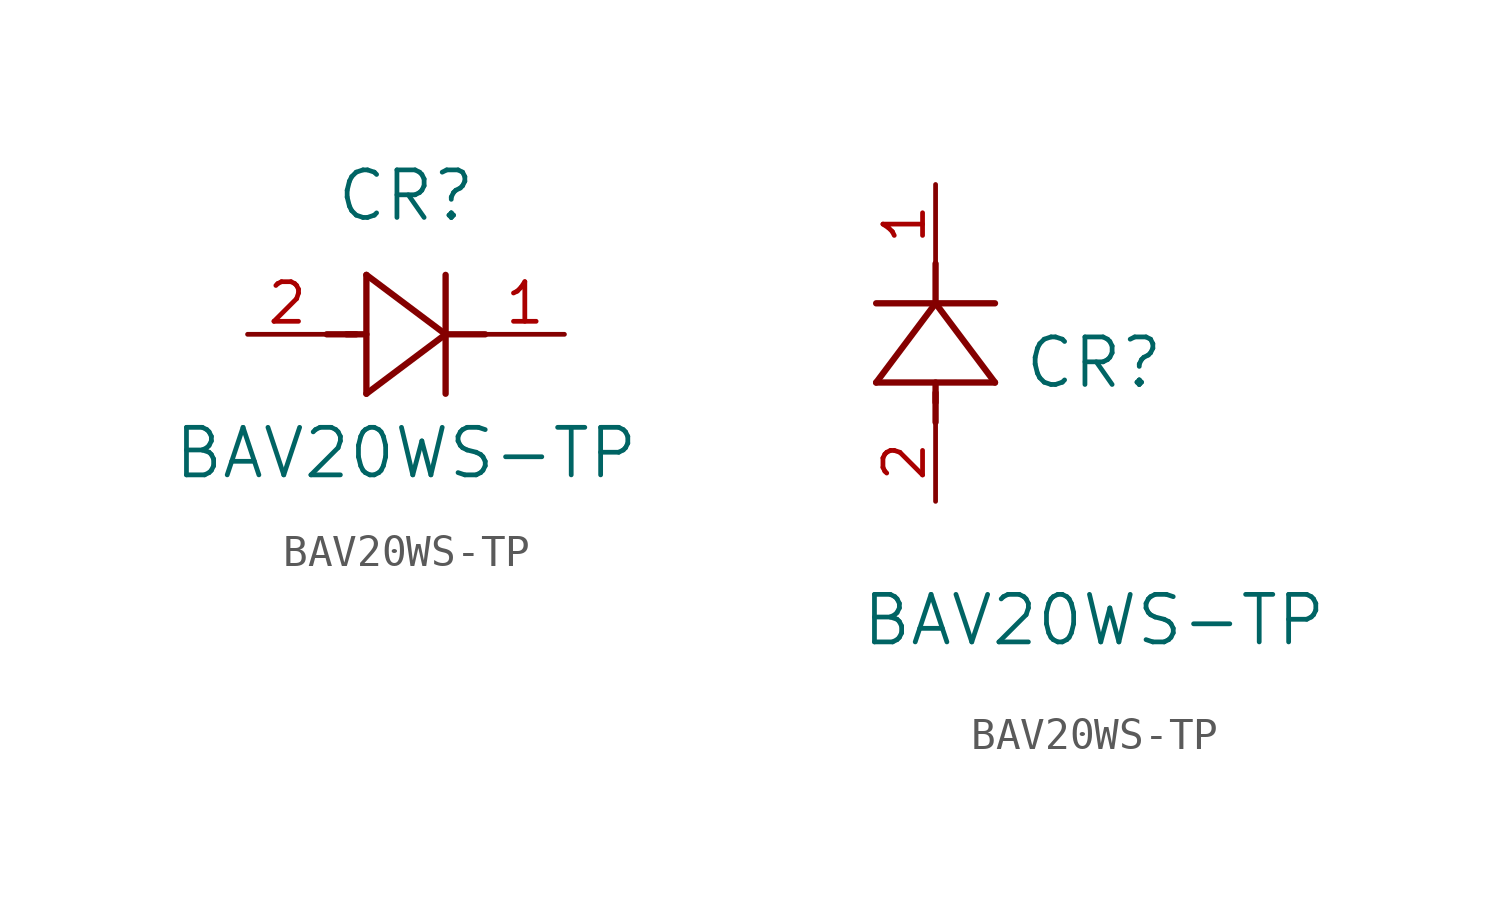
<source format=kicad_sym>
(kicad_symbol_lib
  (version 20211014)
  (generator kicad_symbol_editor)
  (symbol "BAV20WS-TP"
    (pin_names
      (offset 0.254))
    (property "Reference" "CR"
      (at 5.08 4.445 0)
      (effects (font (size 1.524 1.524))))
    (property "Value" "BAV20WS-TP"
      (at 5.08 -3.81 0)
      (effects (font (size 1.524 1.524))))
    (symbol "BAV20WS-TP_1_1"
      (polyline (pts (xy 2.54 0) (xy 3.48 0)) (stroke (width 0.203) (type default) (color 0 0 0 0)) (fill (type none)))
      (polyline (pts (xy 3.81 1.905) (xy 3.81 -1.905)) (stroke (width 0.203) (type default) (color 0 0 0 0)) (fill (type none)))
      (polyline (pts (xy 3.175 0) (xy 3.81 0)) (stroke (width 0.203) (type default) (color 0 0 0 0)) (fill (type none)))
      (polyline (pts (xy 6.35 -1.905) (xy 6.35 1.905)) (stroke (width 0.203) (type default) (color 0 0 0 0)) (fill (type none)))
      (polyline (pts (xy 6.35 0) (xy 7.62 0)) (stroke (width 0.203) (type default) (color 0 0 0 0)) (fill (type none)))
      (polyline (pts (xy 6.35 0) (xy 3.81 1.905)) (stroke (width 0.203) (type default) (color 0 0 0 0)) (fill (type none)))
      (polyline (pts (xy 3.81 -1.905) (xy 6.35 0)) (stroke (width 0.203) (type default) (color 0 0 0 0)) (fill (type none)))
      (pin unspecified line (at 0 0 0) (length 2.54) (name "" (effects (font (size 1.27 1.27)))) (number "2" (effects (font (size 1.27 1.27)))))
      (pin unspecified line (at 10.16 0 180) (length 2.54) (name "" (effects (font (size 1.27 1.27)))) (number "1" (effects (font (size 1.27 1.27))))))
    (symbol "BAV20WS-TP_1_2"
      (polyline (pts (xy 0 2.54) (xy 0 3.48)) (stroke (width 0.203) (type default) (color 0 0 0 0)) (fill (type none)))
      (polyline (pts (xy -1.905 3.81) (xy 1.905 3.81)) (stroke (width 0.203) (type default) (color 0 0 0 0)) (fill (type none)))
      (polyline (pts (xy 0 3.175) (xy 0 3.81)) (stroke (width 0.203) (type default) (color 0 0 0 0)) (fill (type none)))
      (polyline (pts (xy 1.905 6.35) (xy -1.905 6.35)) (stroke (width 0.203) (type default) (color 0 0 0 0)) (fill (type none)))
      (polyline (pts (xy 0 6.35) (xy 0 7.62)) (stroke (width 0.203) (type default) (color 0 0 0 0)) (fill (type none)))
      (polyline (pts (xy 0 6.35) (xy -1.905 3.81)) (stroke (width 0.203) (type default) (color 0 0 0 0)) (fill (type none)))
      (polyline (pts (xy 1.905 3.81) (xy 0 6.35)) (stroke (width 0.203) (type default) (color 0 0 0 0)) (fill (type none)))
      (pin unspecified line (at 0 0 90) (length 2.54) (name "" (effects (font (size 1.27 1.27)))) (number "2" (effects (font (size 1.27 1.27)))))
      (pin unspecified line (at 0 10.16 270) (length 2.54) (name "" (effects (font (size 1.27 1.27)))) (number "1" (effects (font (size 1.27 1.27))))))))
</source>
